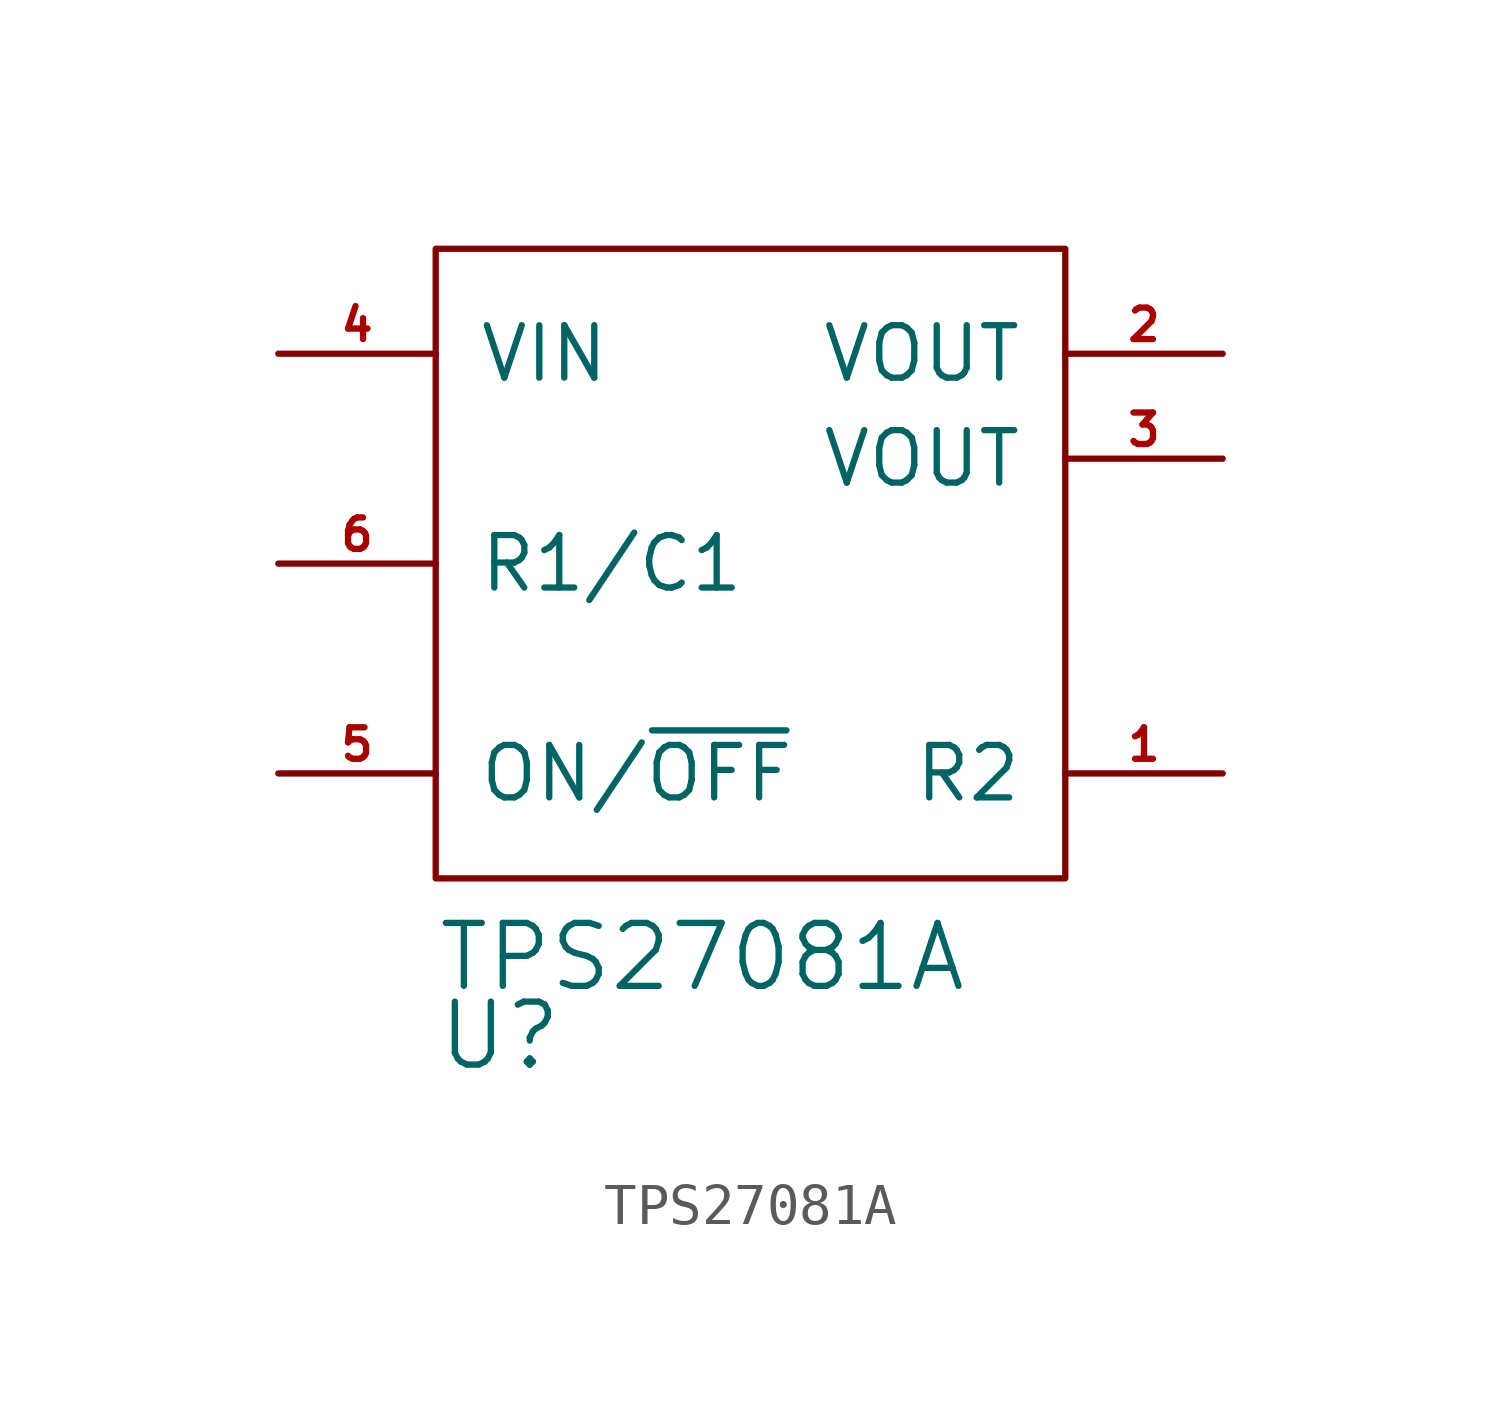
<source format=kicad_sym>
(kicad_symbol_lib
  (version 20211014)
  (generator kicad_symbol_editor)
  (symbol "TPS27081A"
    (pin_names
      (offset 1.016))
    (property "Reference" "U"
      (at -7.62 -11.43 0)
      (effects (font (size 1.524 1.524)) (justify left)))
    (property "Value" "TPS27081A"
      (at -7.62 -9.525 0)
      (effects (font (size 1.524 1.524)) (justify left)))
    (symbol "TPS27081A_0_1"
      (rectangle (start -7.62 7.62) (end 7.62 -7.62) (stroke (width 0) (type default) (color 0 0 0 0)) (fill (type none))))
    (symbol "TPS27081A_1_1"
      (pin passive line (at 11.43 -5.08 180) (length 3.81) (name "R2" (effects (font (size 1.27 1.27)))) (number "1" (effects (font (size 0.762 0.762)))))
      (pin power_out line (at 11.43 5.08 180) (length 3.81) (name "VOUT" (effects (font (size 1.27 1.27)))) (number "2" (effects (font (size 0.762 0.762)))))
      (pin passive line (at 11.43 2.54 180) (length 3.81) (name "VOUT" (effects (font (size 1.27 1.27)))) (number "3" (effects (font (size 0.762 0.762)))))
      (pin power_in line (at -11.43 5.08 0) (length 3.81) (name "VIN" (effects (font (size 1.27 1.27)))) (number "4" (effects (font (size 0.762 0.762)))))
      (pin input line (at -11.43 -5.08 0) (length 3.81) (name "ON/~{OFF}" (effects (font (size 1.27 1.27)))) (number "5" (effects (font (size 0.762 0.762)))))
      (pin passive line (at -11.43 0 0) (length 3.81) (name "R1/C1" (effects (font (size 1.27 1.27)))) (number "6" (effects (font (size 0.762 0.762))))))))
</source>
